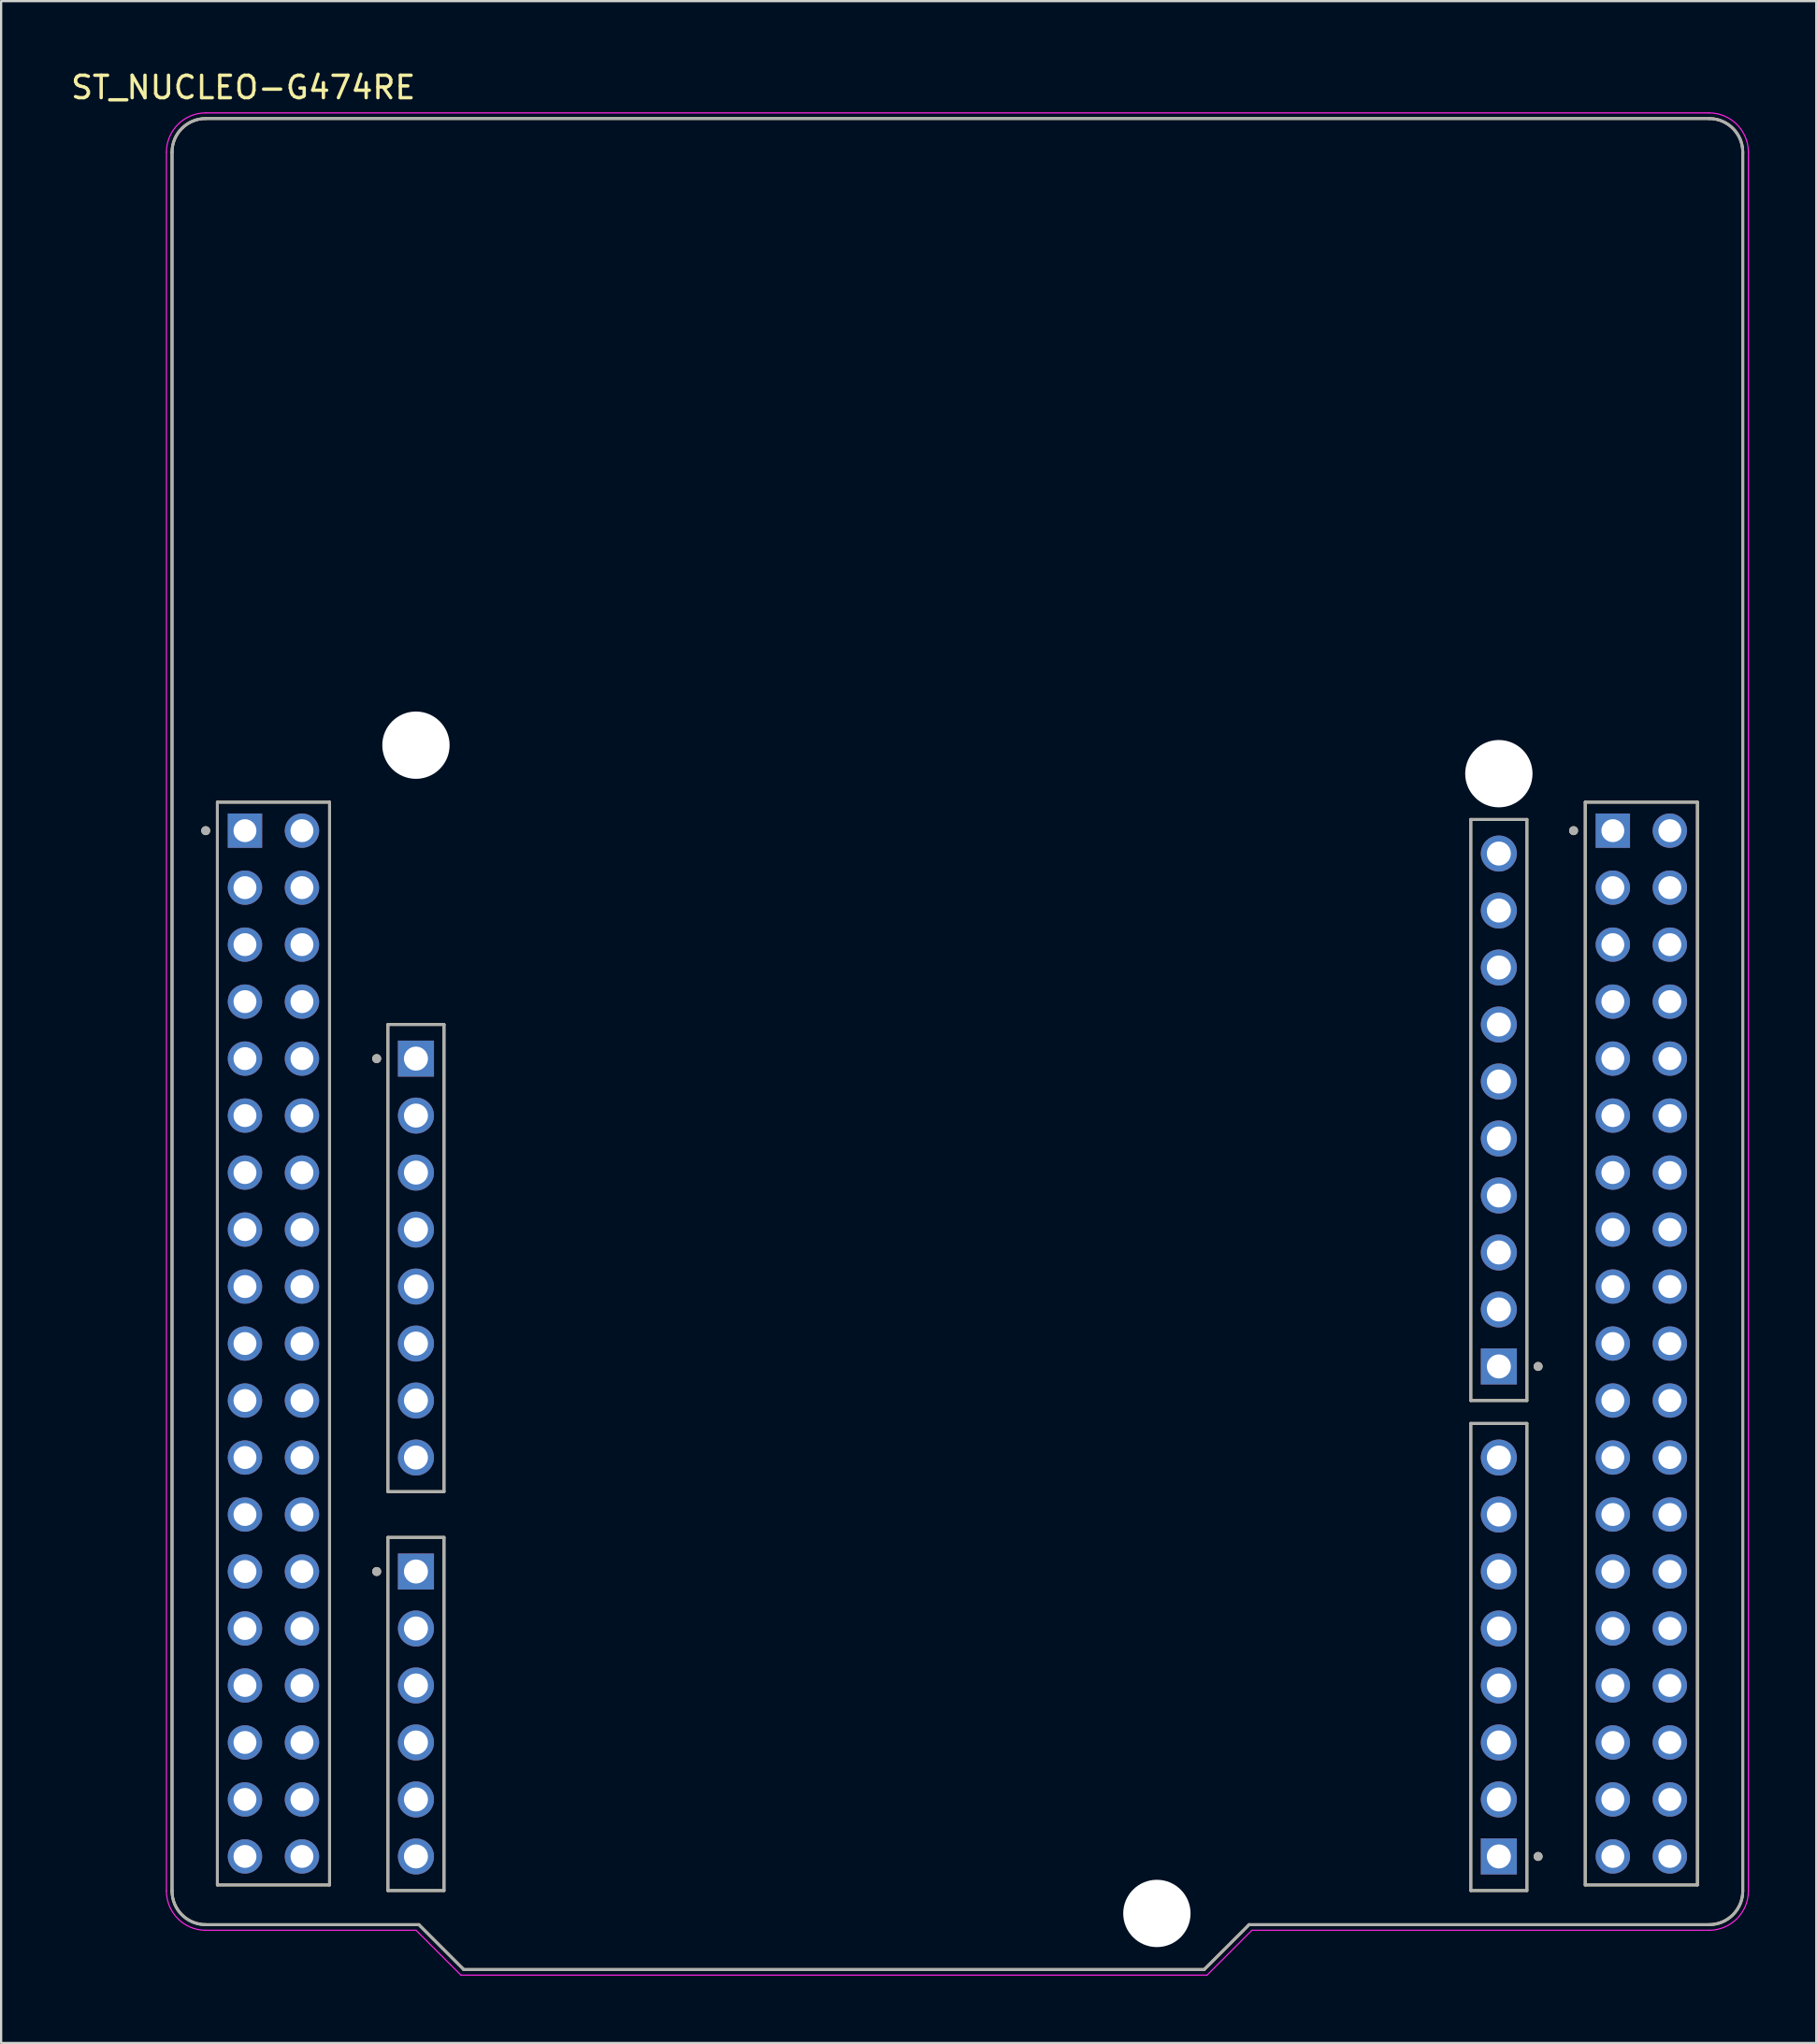
<source format=kicad_pcb>
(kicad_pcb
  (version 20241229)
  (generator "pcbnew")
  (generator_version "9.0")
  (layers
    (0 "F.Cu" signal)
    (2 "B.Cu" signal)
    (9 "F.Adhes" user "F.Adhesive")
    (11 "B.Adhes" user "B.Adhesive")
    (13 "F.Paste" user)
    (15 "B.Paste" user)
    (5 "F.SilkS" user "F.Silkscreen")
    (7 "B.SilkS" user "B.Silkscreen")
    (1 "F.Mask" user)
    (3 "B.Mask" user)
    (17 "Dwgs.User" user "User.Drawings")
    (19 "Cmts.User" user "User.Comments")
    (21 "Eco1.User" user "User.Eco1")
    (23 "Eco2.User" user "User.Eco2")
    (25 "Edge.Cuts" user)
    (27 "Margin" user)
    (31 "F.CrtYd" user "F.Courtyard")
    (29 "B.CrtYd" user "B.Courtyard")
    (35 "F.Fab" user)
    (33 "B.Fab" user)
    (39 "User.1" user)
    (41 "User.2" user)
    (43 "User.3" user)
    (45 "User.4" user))
  (footprint "ST_NUCLEO-G474RE"
    (layer "F.Cu")
    (at 39.617 43.483)
    (property "Reference" "ST_NUCLEO-G474RE" (at -31.825 -42.635 0) (layer "F.SilkS") (effects (font (size 1 1) (thickness 0.15))))
    (attr through_hole)
    (fp_line (start -35 37.75) (end -35 -39.75) (stroke (width 0.127) (type solid)) (layer "F.SilkS"))
    (fp_line (start -33.5 -41.25) (end 33.5 -41.25) (stroke (width 0.127) (type solid)) (layer "F.SilkS"))
    (fp_line (start -32.98 -10.78) (end -32.98 37.48) (stroke (width 0.127) (type solid)) (layer "F.SilkS"))
    (fp_line (start -32.98 37.48) (end -27.98 37.48) (stroke (width 0.127) (type solid)) (layer "F.SilkS"))
    (fp_line (start -27.98 -10.78) (end -32.98 -10.78) (stroke (width 0.127) (type solid)) (layer "F.SilkS"))
    (fp_line (start -27.98 37.48) (end -27.98 -10.78) (stroke (width 0.127) (type solid)) (layer "F.SilkS"))
    (fp_line (start -25.38 -0.87) (end -25.38 19.95) (stroke (width 0.127) (type solid)) (layer "F.SilkS"))
    (fp_line (start -25.38 19.95) (end -22.88 19.95) (stroke (width 0.127) (type solid)) (layer "F.SilkS"))
    (fp_line (start -25.38 21.99) (end -25.38 37.73) (stroke (width 0.127) (type solid)) (layer "F.SilkS"))
    (fp_line (start -25.38 37.73) (end -22.88 37.73) (stroke (width 0.127) (type solid)) (layer "F.SilkS"))
    (fp_line (start -24 39.25) (end -33.5 39.25) (stroke (width 0.127) (type solid)) (layer "F.SilkS"))
    (fp_line (start -22.88 -0.87) (end -25.38 -0.87) (stroke (width 0.127) (type solid)) (layer "F.SilkS"))
    (fp_line (start -22.88 19.95) (end -22.88 -0.87) (stroke (width 0.127) (type solid)) (layer "F.SilkS"))
    (fp_line (start -22.88 21.99) (end -25.38 21.99) (stroke (width 0.127) (type solid)) (layer "F.SilkS"))
    (fp_line (start -22.88 37.73) (end -22.88 21.99) (stroke (width 0.127) (type solid)) (layer "F.SilkS"))
    (fp_line (start -22 41.25) (end -24 39.25) (stroke (width 0.127) (type solid)) (layer "F.SilkS"))
    (fp_line (start 11 41.25) (end -22 41.25) (stroke (width 0.127) (type solid)) (layer "F.SilkS"))
    (fp_line (start 13 39.25) (end 11 41.25) (stroke (width 0.127) (type solid)) (layer "F.SilkS"))
    (fp_line (start 22.88 -10.01) (end 22.88 15.89) (stroke (width 0.127) (type solid)) (layer "F.SilkS"))
    (fp_line (start 22.88 15.89) (end 25.38 15.89) (stroke (width 0.127) (type solid)) (layer "F.SilkS"))
    (fp_line (start 22.88 16.91) (end 22.88 37.73) (stroke (width 0.127) (type solid)) (layer "F.SilkS"))
    (fp_line (start 22.88 37.73) (end 25.38 37.73) (stroke (width 0.127) (type solid)) (layer "F.SilkS"))
    (fp_line (start 25.38 -10.01) (end 22.88 -10.01) (stroke (width 0.127) (type solid)) (layer "F.SilkS"))
    (fp_line (start 25.38 15.89) (end 25.38 -10.01) (stroke (width 0.127) (type solid)) (layer "F.SilkS"))
    (fp_line (start 25.38 16.91) (end 22.88 16.91) (stroke (width 0.127) (type solid)) (layer "F.SilkS"))
    (fp_line (start 25.38 37.73) (end 25.38 16.91) (stroke (width 0.127) (type solid)) (layer "F.SilkS"))
    (fp_line (start 27.98 -10.78) (end 27.98 37.48) (stroke (width 0.127) (type solid)) (layer "F.SilkS"))
    (fp_line (start 27.98 37.48) (end 32.98 37.48) (stroke (width 0.127) (type solid)) (layer "F.SilkS"))
    (fp_line (start 32.98 -10.78) (end 27.98 -10.78) (stroke (width 0.127) (type solid)) (layer "F.SilkS"))
    (fp_line (start 32.98 37.48) (end 32.98 -10.78) (stroke (width 0.127) (type solid)) (layer "F.SilkS"))
    (fp_line (start 33.5 39.25) (end 13 39.25) (stroke (width 0.127) (type solid)) (layer "F.SilkS"))
    (fp_line (start 35 -39.75) (end 35 37.75) (stroke (width 0.127) (type solid)) (layer "F.SilkS"))
    (fp_arc (start -35 -39.75) (mid -34.56066 -40.81066) (end -33.5 -41.25) (stroke (width 0.127) (type solid)) (layer "F.SilkS"))
    (fp_arc (start -33.5 39.25) (mid -34.56066 38.81066) (end -35 37.75) (stroke (width 0.127) (type solid)) (layer "F.SilkS"))
    (fp_arc (start 33.5 -41.25) (mid 34.56066 -40.81066) (end 35 -39.75) (stroke (width 0.127) (type solid)) (layer "F.SilkS"))
    (fp_arc (start 35 37.75) (mid 34.56066 38.81066) (end 33.5 39.25) (stroke (width 0.127) (type solid)) (layer "F.SilkS"))
    (fp_circle (center -33.5 -9.51) (end -33.4 -9.51) (stroke (width 0.2) (type solid)) (fill no) (layer "F.SilkS"))
    (fp_circle (center -25.88 0.65) (end -25.78 0.65) (stroke (width 0.2) (type solid)) (fill no) (layer "F.SilkS"))
    (fp_circle (center -25.88 23.51) (end -25.78 23.51) (stroke (width 0.2) (type solid)) (fill no) (layer "F.SilkS"))
    (fp_circle (center 25.88 14.37) (end 25.98 14.37) (stroke (width 0.2) (type solid)) (fill no) (layer "F.SilkS"))
    (fp_circle (center 25.88 36.21) (end 25.98 36.21) (stroke (width 0.2) (type solid)) (fill no) (layer "F.SilkS"))
    (fp_circle (center 27.46 -9.51) (end 27.56 -9.51) (stroke (width 0.2) (type solid)) (fill no) (layer "F.SilkS"))
    (fp_line (start -35.25 37.75) (end -35.25 -39.75) (stroke (width 0.05) (type solid)) (layer "F.CrtYd"))
    (fp_line (start -33.5 -41.5) (end 33.5 -41.5) (stroke (width 0.05) (type solid)) (layer "F.CrtYd"))
    (fp_line (start -24.125 39.5) (end -33.5 39.5) (stroke (width 0.05) (type solid)) (layer "F.CrtYd"))
    (fp_line (start -22.125 41.5) (end -24.125 39.5) (stroke (width 0.05) (type solid)) (layer "F.CrtYd"))
    (fp_line (start 11.125 41.5) (end -22.125 41.5) (stroke (width 0.05) (type solid)) (layer "F.CrtYd"))
    (fp_line (start 13.125 39.5) (end 11.125 41.5) (stroke (width 0.05) (type solid)) (layer "F.CrtYd"))
    (fp_line (start 33.5 39.5) (end 13.125 39.5) (stroke (width 0.05) (type solid)) (layer "F.CrtYd"))
    (fp_line (start 35.25 -39.75) (end 35.25 37.75) (stroke (width 0.05) (type solid)) (layer "F.CrtYd"))
    (fp_arc (start -35.25 -39.75) (mid -34.737437 -40.987437) (end -33.5 -41.5) (stroke (width 0.05) (type solid)) (layer "F.CrtYd"))
    (fp_arc (start -33.5 39.5) (mid -34.737437 38.987437) (end -35.25 37.75) (stroke (width 0.05) (type solid)) (layer "F.CrtYd"))
    (fp_arc (start 33.5 -41.5) (mid 34.737437 -40.987437) (end 35.25 -39.75) (stroke (width 0.05) (type solid)) (layer "F.CrtYd"))
    (fp_arc (start 35.25 37.75) (mid 34.737437 38.987437) (end 33.5 39.5) (stroke (width 0.05) (type solid)) (layer "F.CrtYd"))
    (fp_line (start -35 37.75) (end -35 -39.75) (stroke (width 0.127) (type solid)) (layer "F.Fab"))
    (fp_line (start -33.5 -41.25) (end 33.5 -41.25) (stroke (width 0.127) (type solid)) (layer "F.Fab"))
    (fp_line (start -32.98 -10.78) (end -32.98 37.48) (stroke (width 0.127) (type solid)) (layer "F.Fab"))
    (fp_line (start -32.98 37.48) (end -27.98 37.48) (stroke (width 0.127) (type solid)) (layer "F.Fab"))
    (fp_line (start -27.98 -10.78) (end -32.98 -10.78) (stroke (width 0.127) (type solid)) (layer "F.Fab"))
    (fp_line (start -27.98 37.48) (end -27.98 -10.78) (stroke (width 0.127) (type solid)) (layer "F.Fab"))
    (fp_line (start -25.38 -0.87) (end -25.38 19.95) (stroke (width 0.127) (type solid)) (layer "F.Fab"))
    (fp_line (start -25.38 19.95) (end -22.88 19.95) (stroke (width 0.127) (type solid)) (layer "F.Fab"))
    (fp_line (start -25.38 21.99) (end -25.38 37.73) (stroke (width 0.127) (type solid)) (layer "F.Fab"))
    (fp_line (start -25.38 37.73) (end -22.88 37.73) (stroke (width 0.127) (type solid)) (layer "F.Fab"))
    (fp_line (start -24 39.25) (end -33.5 39.25) (stroke (width 0.127) (type solid)) (layer "F.Fab"))
    (fp_line (start -22.88 -0.87) (end -25.38 -0.87) (stroke (width 0.127) (type solid)) (layer "F.Fab"))
    (fp_line (start -22.88 19.95) (end -22.88 -0.87) (stroke (width 0.127) (type solid)) (layer "F.Fab"))
    (fp_line (start -22.88 21.99) (end -25.38 21.99) (stroke (width 0.127) (type solid)) (layer "F.Fab"))
    (fp_line (start -22.88 37.73) (end -22.88 21.99) (stroke (width 0.127) (type solid)) (layer "F.Fab"))
    (fp_line (start -22 41.25) (end -24 39.25) (stroke (width 0.127) (type solid)) (layer "F.Fab"))
    (fp_line (start 11 41.25) (end -22 41.25) (stroke (width 0.127) (type solid)) (layer "F.Fab"))
    (fp_line (start 13 39.25) (end 11 41.25) (stroke (width 0.127) (type solid)) (layer "F.Fab"))
    (fp_line (start 22.88 -10.01) (end 22.88 15.89) (stroke (width 0.127) (type solid)) (layer "F.Fab"))
    (fp_line (start 22.88 15.89) (end 25.38 15.89) (stroke (width 0.127) (type solid)) (layer "F.Fab"))
    (fp_line (start 22.88 16.91) (end 22.88 37.73) (stroke (width 0.127) (type solid)) (layer "F.Fab"))
    (fp_line (start 22.88 37.73) (end 25.38 37.73) (stroke (width 0.127) (type solid)) (layer "F.Fab"))
    (fp_line (start 25.38 -10.01) (end 22.88 -10.01) (stroke (width 0.127) (type solid)) (layer "F.Fab"))
    (fp_line (start 25.38 15.89) (end 25.38 -10.01) (stroke (width 0.127) (type solid)) (layer "F.Fab"))
    (fp_line (start 25.38 16.91) (end 22.88 16.91) (stroke (width 0.127) (type solid)) (layer "F.Fab"))
    (fp_line (start 25.38 37.73) (end 25.38 16.91) (stroke (width 0.127) (type solid)) (layer "F.Fab"))
    (fp_line (start 27.98 -10.78) (end 27.98 37.48) (stroke (width 0.127) (type solid)) (layer "F.Fab"))
    (fp_line (start 27.98 37.48) (end 32.98 37.48) (stroke (width 0.127) (type solid)) (layer "F.Fab"))
    (fp_line (start 32.98 -10.78) (end 27.98 -10.78) (stroke (width 0.127) (type solid)) (layer "F.Fab"))
    (fp_line (start 32.98 37.48) (end 32.98 -10.78) (stroke (width 0.127) (type solid)) (layer "F.Fab"))
    (fp_line (start 33.5 39.25) (end 13 39.25) (stroke (width 0.127) (type solid)) (layer "F.Fab"))
    (fp_line (start 35 -39.75) (end 35 37.75) (stroke (width 0.127) (type solid)) (layer "F.Fab"))
    (fp_arc (start -35 -39.75) (mid -34.56066 -40.81066) (end -33.5 -41.25) (stroke (width 0.127) (type solid)) (layer "F.Fab"))
    (fp_arc (start -33.5 39.25) (mid -34.56066 38.81066) (end -35 37.75) (stroke (width 0.127) (type solid)) (layer "F.Fab"))
    (fp_arc (start 33.5 -41.25) (mid 34.56066 -40.81066) (end 35 -39.75) (stroke (width 0.127) (type solid)) (layer "F.Fab"))
    (fp_arc (start 35 37.75) (mid 34.56066 38.81066) (end 33.5 39.25) (stroke (width 0.127) (type solid)) (layer "F.Fab"))
    (fp_circle (center -33.5 -9.51) (end -33.4 -9.51) (stroke (width 0.2) (type solid)) (fill no) (layer "F.Fab"))
    (fp_circle (center -25.88 0.65) (end -25.78 0.65) (stroke (width 0.2) (type solid)) (fill no) (layer "F.Fab"))
    (fp_circle (center -25.88 23.51) (end -25.78 23.51) (stroke (width 0.2) (type solid)) (fill no) (layer "F.Fab"))
    (fp_circle (center 25.88 14.37) (end 25.98 14.37) (stroke (width 0.2) (type solid)) (fill no) (layer "F.Fab"))
    (fp_circle (center 25.88 36.21) (end 25.98 36.21) (stroke (width 0.2) (type solid)) (fill no) (layer "F.Fab"))
    (fp_circle (center 27.46 -9.51) (end 27.56 -9.51) (stroke (width 0.2) (type solid)) (fill no) (layer "F.Fab"))
    (pad "" np_thru_hole circle (at -24.13 -13.32) (size 3 3) (drill 3) (layers "*.Cu" "*.Mask"))
    (pad "" np_thru_hole circle (at 8.89 38.75) (size 3 3) (drill 3) (layers "*.Cu" "*.Mask"))
    (pad "" np_thru_hole circle (at 24.13 -12.05) (size 3 3) (drill 3) (layers "*.Cu" "*.Mask"))
    (pad "CN5_1" thru_hole rect (at 24.13 14.37) (size 1.605 1.605) (drill 1.07) (layers "*.Cu" "*.Mask"))
    (pad "CN5_2" thru_hole circle (at 24.13 11.83) (size 1.605 1.605) (drill 1.07) (layers "*.Cu" "*.Mask"))
    (pad "CN5_3" thru_hole circle (at 24.13 9.29) (size 1.605 1.605) (drill 1.07) (layers "*.Cu" "*.Mask"))
    (pad "CN5_4" thru_hole circle (at 24.13 6.75) (size 1.605 1.605) (drill 1.07) (layers "*.Cu" "*.Mask"))
    (pad "CN5_5" thru_hole circle (at 24.13 4.21) (size 1.605 1.605) (drill 1.07) (layers "*.Cu" "*.Mask"))
    (pad "CN5_6" thru_hole circle (at 24.13 1.67) (size 1.605 1.605) (drill 1.07) (layers "*.Cu" "*.Mask"))
    (pad "CN5_7" thru_hole circle (at 24.13 -0.87) (size 1.605 1.605) (drill 1.07) (layers "*.Cu" "*.Mask"))
    (pad "CN5_8" thru_hole circle (at 24.13 -3.41) (size 1.605 1.605) (drill 1.07) (layers "*.Cu" "*.Mask"))
    (pad "CN5_9" thru_hole circle (at 24.13 -5.95) (size 1.605 1.605) (drill 1.07) (layers "*.Cu" "*.Mask"))
    (pad "CN5_10" thru_hole circle (at 24.13 -8.49) (size 1.605 1.605) (drill 1.07) (layers "*.Cu" "*.Mask"))
    (pad "CN6_1" thru_hole rect (at -24.13 0.65) (size 1.605 1.605) (drill 1.07) (layers "*.Cu" "*.Mask"))
    (pad "CN6_2" thru_hole circle (at -24.13 3.19) (size 1.605 1.605) (drill 1.07) (layers "*.Cu" "*.Mask"))
    (pad "CN6_3" thru_hole circle (at -24.13 5.73) (size 1.605 1.605) (drill 1.07) (layers "*.Cu" "*.Mask"))
    (pad "CN6_4" thru_hole circle (at -24.13 8.27) (size 1.605 1.605) (drill 1.07) (layers "*.Cu" "*.Mask"))
    (pad "CN6_5" thru_hole circle (at -24.13 10.81) (size 1.605 1.605) (drill 1.07) (layers "*.Cu" "*.Mask"))
    (pad "CN6_6" thru_hole circle (at -24.13 13.35) (size 1.605 1.605) (drill 1.07) (layers "*.Cu" "*.Mask"))
    (pad "CN6_7" thru_hole circle (at -24.13 15.89) (size 1.605 1.605) (drill 1.07) (layers "*.Cu" "*.Mask"))
    (pad "CN6_8" thru_hole circle (at -24.13 18.43) (size 1.605 1.605) (drill 1.07) (layers "*.Cu" "*.Mask"))
    (pad "CN7_1" thru_hole rect (at -31.75 -9.51) (size 1.53 1.53) (drill 1.02) (layers "*.Cu" "*.Mask"))
    (pad "CN7_2" thru_hole circle (at -29.21 -9.51) (size 1.53 1.53) (drill 1.02) (layers "*.Cu" "*.Mask"))
    (pad "CN7_3" thru_hole circle (at -31.75 -6.97) (size 1.53 1.53) (drill 1.02) (layers "*.Cu" "*.Mask"))
    (pad "CN7_4" thru_hole circle (at -29.21 -6.97) (size 1.53 1.53) (drill 1.02) (layers "*.Cu" "*.Mask"))
    (pad "CN7_5" thru_hole circle (at -31.75 -4.43) (size 1.53 1.53) (drill 1.02) (layers "*.Cu" "*.Mask"))
    (pad "CN7_6" thru_hole circle (at -29.21 -4.43) (size 1.53 1.53) (drill 1.02) (layers "*.Cu" "*.Mask"))
    (pad "CN7_7" thru_hole circle (at -31.75 -1.89) (size 1.53 1.53) (drill 1.02) (layers "*.Cu" "*.Mask"))
    (pad "CN7_8" thru_hole circle (at -29.21 -1.89) (size 1.53 1.53) (drill 1.02) (layers "*.Cu" "*.Mask"))
    (pad "CN7_9" thru_hole circle (at -31.75 0.65) (size 1.53 1.53) (drill 1.02) (layers "*.Cu" "*.Mask"))
    (pad "CN7_10" thru_hole circle (at -29.21 0.65) (size 1.53 1.53) (drill 1.02) (layers "*.Cu" "*.Mask"))
    (pad "CN7_11" thru_hole circle (at -31.75 3.19) (size 1.53 1.53) (drill 1.02) (layers "*.Cu" "*.Mask"))
    (pad "CN7_12" thru_hole circle (at -29.21 3.19) (size 1.53 1.53) (drill 1.02) (layers "*.Cu" "*.Mask"))
    (pad "CN7_13" thru_hole circle (at -31.75 5.73) (size 1.53 1.53) (drill 1.02) (layers "*.Cu" "*.Mask"))
    (pad "CN7_14" thru_hole circle (at -29.21 5.73) (size 1.53 1.53) (drill 1.02) (layers "*.Cu" "*.Mask"))
    (pad "CN7_15" thru_hole circle (at -31.75 8.27) (size 1.53 1.53) (drill 1.02) (layers "*.Cu" "*.Mask"))
    (pad "CN7_16" thru_hole circle (at -29.21 8.27) (size 1.53 1.53) (drill 1.02) (layers "*.Cu" "*.Mask"))
    (pad "CN7_17" thru_hole circle (at -31.75 10.81) (size 1.53 1.53) (drill 1.02) (layers "*.Cu" "*.Mask"))
    (pad "CN7_18" thru_hole circle (at -29.21 10.81) (size 1.53 1.53) (drill 1.02) (layers "*.Cu" "*.Mask"))
    (pad "CN7_19" thru_hole circle (at -31.75 13.35) (size 1.53 1.53) (drill 1.02) (layers "*.Cu" "*.Mask"))
    (pad "CN7_20" thru_hole circle (at -29.21 13.35) (size 1.53 1.53) (drill 1.02) (layers "*.Cu" "*.Mask"))
    (pad "CN7_21" thru_hole circle (at -31.75 15.89) (size 1.53 1.53) (drill 1.02) (layers "*.Cu" "*.Mask"))
    (pad "CN7_22" thru_hole circle (at -29.21 15.89) (size 1.53 1.53) (drill 1.02) (layers "*.Cu" "*.Mask"))
    (pad "CN7_23" thru_hole circle (at -31.75 18.43) (size 1.53 1.53) (drill 1.02) (layers "*.Cu" "*.Mask"))
    (pad "CN7_24" thru_hole circle (at -29.21 18.43) (size 1.53 1.53) (drill 1.02) (layers "*.Cu" "*.Mask"))
    (pad "CN7_25" thru_hole circle (at -31.75 20.97) (size 1.53 1.53) (drill 1.02) (layers "*.Cu" "*.Mask"))
    (pad "CN7_26" thru_hole circle (at -29.21 20.97) (size 1.53 1.53) (drill 1.02) (layers "*.Cu" "*.Mask"))
    (pad "CN7_27" thru_hole circle (at -31.75 23.51) (size 1.53 1.53) (drill 1.02) (layers "*.Cu" "*.Mask"))
    (pad "CN7_28" thru_hole circle (at -29.21 23.51) (size 1.53 1.53) (drill 1.02) (layers "*.Cu" "*.Mask"))
    (pad "CN7_29" thru_hole circle (at -31.75 26.05) (size 1.53 1.53) (drill 1.02) (layers "*.Cu" "*.Mask"))
    (pad "CN7_30" thru_hole circle (at -29.21 26.05) (size 1.53 1.53) (drill 1.02) (layers "*.Cu" "*.Mask"))
    (pad "CN7_31" thru_hole circle (at -31.75 28.59) (size 1.53 1.53) (drill 1.02) (layers "*.Cu" "*.Mask"))
    (pad "CN7_32" thru_hole circle (at -29.21 28.59) (size 1.53 1.53) (drill 1.02) (layers "*.Cu" "*.Mask"))
    (pad "CN7_33" thru_hole circle (at -31.75 31.13) (size 1.53 1.53) (drill 1.02) (layers "*.Cu" "*.Mask"))
    (pad "CN7_34" thru_hole circle (at -29.21 31.13) (size 1.53 1.53) (drill 1.02) (layers "*.Cu" "*.Mask"))
    (pad "CN7_35" thru_hole circle (at -31.75 33.67) (size 1.53 1.53) (drill 1.02) (layers "*.Cu" "*.Mask"))
    (pad "CN7_36" thru_hole circle (at -29.21 33.67) (size 1.53 1.53) (drill 1.02) (layers "*.Cu" "*.Mask"))
    (pad "CN7_37" thru_hole circle (at -31.75 36.21) (size 1.53 1.53) (drill 1.02) (layers "*.Cu" "*.Mask"))
    (pad "CN7_38" thru_hole circle (at -29.21 36.21) (size 1.53 1.53) (drill 1.02) (layers "*.Cu" "*.Mask"))
    (pad "CN8_1" thru_hole rect (at -24.13 23.51) (size 1.605 1.605) (drill 1.07) (layers "*.Cu" "*.Mask"))
    (pad "CN8_2" thru_hole circle (at -24.13 26.05) (size 1.605 1.605) (drill 1.07) (layers "*.Cu" "*.Mask"))
    (pad "CN8_3" thru_hole circle (at -24.13 28.59) (size 1.605 1.605) (drill 1.07) (layers "*.Cu" "*.Mask"))
    (pad "CN8_4" thru_hole circle (at -24.13 31.13) (size 1.605 1.605) (drill 1.07) (layers "*.Cu" "*.Mask"))
    (pad "CN8_5" thru_hole circle (at -24.13 33.67) (size 1.605 1.605) (drill 1.07) (layers "*.Cu" "*.Mask"))
    (pad "CN8_6" thru_hole circle (at -24.13 36.21) (size 1.605 1.605) (drill 1.07) (layers "*.Cu" "*.Mask"))
    (pad "CN9_1" thru_hole rect (at 24.13 36.21) (size 1.605 1.605) (drill 1.07) (layers "*.Cu" "*.Mask"))
    (pad "CN9_2" thru_hole circle (at 24.13 33.67) (size 1.605 1.605) (drill 1.07) (layers "*.Cu" "*.Mask"))
    (pad "CN9_3" thru_hole circle (at 24.13 31.13) (size 1.605 1.605) (drill 1.07) (layers "*.Cu" "*.Mask"))
    (pad "CN9_4" thru_hole circle (at 24.13 28.59) (size 1.605 1.605) (drill 1.07) (layers "*.Cu" "*.Mask"))
    (pad "CN9_5" thru_hole circle (at 24.13 26.05) (size 1.605 1.605) (drill 1.07) (layers "*.Cu" "*.Mask"))
    (pad "CN9_6" thru_hole circle (at 24.13 23.51) (size 1.605 1.605) (drill 1.07) (layers "*.Cu" "*.Mask"))
    (pad "CN9_7" thru_hole circle (at 24.13 20.97) (size 1.605 1.605) (drill 1.07) (layers "*.Cu" "*.Mask"))
    (pad "CN9_8" thru_hole circle (at 24.13 18.43) (size 1.605 1.605) (drill 1.07) (layers "*.Cu" "*.Mask"))
    (pad "CN10_1" thru_hole rect (at 29.21 -9.51) (size 1.53 1.53) (drill 1.02) (layers "*.Cu" "*.Mask"))
    (pad "CN10_2" thru_hole circle (at 31.75 -9.51) (size 1.53 1.53) (drill 1.02) (layers "*.Cu" "*.Mask"))
    (pad "CN10_3" thru_hole circle (at 29.21 -6.97) (size 1.53 1.53) (drill 1.02) (layers "*.Cu" "*.Mask"))
    (pad "CN10_4" thru_hole circle (at 31.75 -6.97) (size 1.53 1.53) (drill 1.02) (layers "*.Cu" "*.Mask"))
    (pad "CN10_5" thru_hole circle (at 29.21 -4.43) (size 1.53 1.53) (drill 1.02) (layers "*.Cu" "*.Mask"))
    (pad "CN10_6" thru_hole circle (at 31.75 -4.43) (size 1.53 1.53) (drill 1.02) (layers "*.Cu" "*.Mask"))
    (pad "CN10_7" thru_hole circle (at 29.21 -1.89) (size 1.53 1.53) (drill 1.02) (layers "*.Cu" "*.Mask"))
    (pad "CN10_8" thru_hole circle (at 31.75 -1.89) (size 1.53 1.53) (drill 1.02) (layers "*.Cu" "*.Mask"))
    (pad "CN10_9" thru_hole circle (at 29.21 0.65) (size 1.53 1.53) (drill 1.02) (layers "*.Cu" "*.Mask"))
    (pad "CN10_10" thru_hole circle (at 31.75 0.65) (size 1.53 1.53) (drill 1.02) (layers "*.Cu" "*.Mask"))
    (pad "CN10_11" thru_hole circle (at 29.21 3.19) (size 1.53 1.53) (drill 1.02) (layers "*.Cu" "*.Mask"))
    (pad "CN10_12" thru_hole circle (at 31.75 3.19) (size 1.53 1.53) (drill 1.02) (layers "*.Cu" "*.Mask"))
    (pad "CN10_13" thru_hole circle (at 29.21 5.73) (size 1.53 1.53) (drill 1.02) (layers "*.Cu" "*.Mask"))
    (pad "CN10_14" thru_hole circle (at 31.75 5.73) (size 1.53 1.53) (drill 1.02) (layers "*.Cu" "*.Mask"))
    (pad "CN10_15" thru_hole circle (at 29.21 8.27) (size 1.53 1.53) (drill 1.02) (layers "*.Cu" "*.Mask"))
    (pad "CN10_16" thru_hole circle (at 31.75 8.27) (size 1.53 1.53) (drill 1.02) (layers "*.Cu" "*.Mask"))
    (pad "CN10_17" thru_hole circle (at 29.21 10.81) (size 1.53 1.53) (drill 1.02) (layers "*.Cu" "*.Mask"))
    (pad "CN10_18" thru_hole circle (at 31.75 10.81) (size 1.53 1.53) (drill 1.02) (layers "*.Cu" "*.Mask"))
    (pad "CN10_19" thru_hole circle (at 29.21 13.35) (size 1.53 1.53) (drill 1.02) (layers "*.Cu" "*.Mask"))
    (pad "CN10_20" thru_hole circle (at 31.75 13.35) (size 1.53 1.53) (drill 1.02) (layers "*.Cu" "*.Mask"))
    (pad "CN10_21" thru_hole circle (at 29.21 15.89) (size 1.53 1.53) (drill 1.02) (layers "*.Cu" "*.Mask"))
    (pad "CN10_22" thru_hole circle (at 31.75 15.89) (size 1.53 1.53) (drill 1.02) (layers "*.Cu" "*.Mask"))
    (pad "CN10_23" thru_hole circle (at 29.21 18.43) (size 1.53 1.53) (drill 1.02) (layers "*.Cu" "*.Mask"))
    (pad "CN10_24" thru_hole circle (at 31.75 18.43) (size 1.53 1.53) (drill 1.02) (layers "*.Cu" "*.Mask"))
    (pad "CN10_25" thru_hole circle (at 29.21 20.97) (size 1.53 1.53) (drill 1.02) (layers "*.Cu" "*.Mask"))
    (pad "CN10_26" thru_hole circle (at 31.75 20.97) (size 1.53 1.53) (drill 1.02) (layers "*.Cu" "*.Mask"))
    (pad "CN10_27" thru_hole circle (at 29.21 23.51) (size 1.53 1.53) (drill 1.02) (layers "*.Cu" "*.Mask"))
    (pad "CN10_28" thru_hole circle (at 31.75 23.51) (size 1.53 1.53) (drill 1.02) (layers "*.Cu" "*.Mask"))
    (pad "CN10_29" thru_hole circle (at 29.21 26.05) (size 1.53 1.53) (drill 1.02) (layers "*.Cu" "*.Mask"))
    (pad "CN10_30" thru_hole circle (at 31.75 26.05) (size 1.53 1.53) (drill 1.02) (layers "*.Cu" "*.Mask"))
    (pad "CN10_31" thru_hole circle (at 29.21 28.59) (size 1.53 1.53) (drill 1.02) (layers "*.Cu" "*.Mask"))
    (pad "CN10_32" thru_hole circle (at 31.75 28.59) (size 1.53 1.53) (drill 1.02) (layers "*.Cu" "*.Mask"))
    (pad "CN10_33" thru_hole circle (at 29.21 31.13) (size 1.53 1.53) (drill 1.02) (layers "*.Cu" "*.Mask"))
    (pad "CN10_34" thru_hole circle (at 31.75 31.13) (size 1.53 1.53) (drill 1.02) (layers "*.Cu" "*.Mask"))
    (pad "CN10_35" thru_hole circle (at 29.21 33.67) (size 1.53 1.53) (drill 1.02) (layers "*.Cu" "*.Mask"))
    (pad "CN10_36" thru_hole circle (at 31.75 33.67) (size 1.53 1.53) (drill 1.02) (layers "*.Cu" "*.Mask"))
    (pad "CN10_37" thru_hole circle (at 29.21 36.21) (size 1.53 1.53) (drill 1.02) (layers "*.Cu" "*.Mask"))
    (pad "CN10_38" thru_hole circle (at 31.75 36.21) (size 1.53 1.53) (drill 1.02) (layers "*.Cu" "*.Mask")))
  (gr_rect
    (start -3 -3)
    (end 77.892 88.008)
    (stroke (width 0.1) (type default))
    (fill no)
    (layer "Edge.Cuts")))
</source>
